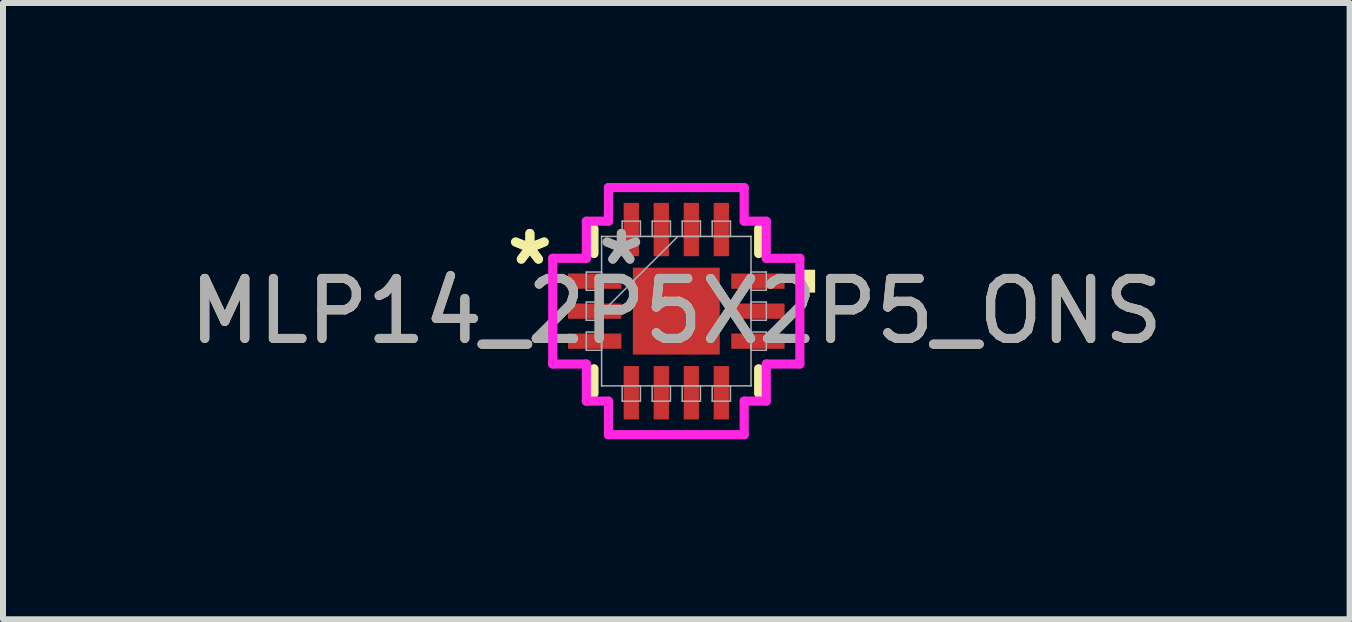
<source format=kicad_pcb>
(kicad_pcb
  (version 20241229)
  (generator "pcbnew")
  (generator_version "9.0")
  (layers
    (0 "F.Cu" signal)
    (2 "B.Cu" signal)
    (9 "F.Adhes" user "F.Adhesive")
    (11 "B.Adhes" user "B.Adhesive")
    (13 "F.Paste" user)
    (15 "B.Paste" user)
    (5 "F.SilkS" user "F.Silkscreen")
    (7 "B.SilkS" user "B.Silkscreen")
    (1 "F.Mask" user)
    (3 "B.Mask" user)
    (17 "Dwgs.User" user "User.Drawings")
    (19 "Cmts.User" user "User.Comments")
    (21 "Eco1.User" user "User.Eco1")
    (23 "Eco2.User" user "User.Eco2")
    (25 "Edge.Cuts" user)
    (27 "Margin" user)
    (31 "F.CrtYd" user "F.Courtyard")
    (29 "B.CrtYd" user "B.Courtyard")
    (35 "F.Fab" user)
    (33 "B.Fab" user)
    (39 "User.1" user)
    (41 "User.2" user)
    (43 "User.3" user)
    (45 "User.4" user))
  (footprint "MLP14_2P5X2P5_ONS"
    (layer "F.Cu")
    (at 8.22 2.135)
    (property "Reference" "MLP14_2P5X2P5_ONS" (at 0 0 0) (unlocked yes) (layer "F.SilkS") (effects (font (size 1 1) (thickness 0.15))))
    (attr smd)
    (fp_line (start -1.372 -1.372) (end -1.372 -0.96) (stroke (width 0.152) (type solid)) (layer "F.SilkS"))
    (fp_line (start -1.372 0.96) (end -1.372 1.372) (stroke (width 0.152) (type solid)) (layer "F.SilkS"))
    (fp_line (start 1.372 -0.96) (end 1.372 -1.372) (stroke (width 0.152) (type solid)) (layer "F.SilkS"))
    (fp_line (start 1.372 1.372) (end 1.372 0.96) (stroke (width 0.152) (type solid)) (layer "F.SilkS"))
    (fp_poly (pts (xy 2.313 -0.69) (xy 2.313 -0.309) (xy 2.059 -0.309) (xy 2.059 -0.69)) (stroke (width 0) (type solid)) (fill yes) (layer "F.SilkS"))
    (fp_line (start -2.059 -0.881) (end -1.499 -0.881) (stroke (width 0.152) (type solid)) (layer "F.CrtYd"))
    (fp_line (start -2.059 0.881) (end -2.059 -0.881) (stroke (width 0.152) (type solid)) (layer "F.CrtYd"))
    (fp_line (start -1.499 -1.499) (end -1.131 -1.499) (stroke (width 0.152) (type solid)) (layer "F.CrtYd"))
    (fp_line (start -1.499 -0.881) (end -1.499 -1.499) (stroke (width 0.152) (type solid)) (layer "F.CrtYd"))
    (fp_line (start -1.499 0.881) (end -2.059 0.881) (stroke (width 0.152) (type solid)) (layer "F.CrtYd"))
    (fp_line (start -1.499 1.499) (end -1.499 0.881) (stroke (width 0.152) (type solid)) (layer "F.CrtYd"))
    (fp_line (start -1.131 -2.059) (end 1.131 -2.059) (stroke (width 0.152) (type solid)) (layer "F.CrtYd"))
    (fp_line (start -1.131 -1.499) (end -1.131 -2.059) (stroke (width 0.152) (type solid)) (layer "F.CrtYd"))
    (fp_line (start -1.131 1.499) (end -1.499 1.499) (stroke (width 0.152) (type solid)) (layer "F.CrtYd"))
    (fp_line (start -1.131 2.059) (end -1.131 1.499) (stroke (width 0.152) (type solid)) (layer "F.CrtYd"))
    (fp_line (start 1.131 -2.059) (end 1.131 -1.499) (stroke (width 0.152) (type solid)) (layer "F.CrtYd"))
    (fp_line (start 1.131 -1.499) (end 1.499 -1.499) (stroke (width 0.152) (type solid)) (layer "F.CrtYd"))
    (fp_line (start 1.131 1.499) (end 1.131 2.059) (stroke (width 0.152) (type solid)) (layer "F.CrtYd"))
    (fp_line (start 1.131 2.059) (end -1.131 2.059) (stroke (width 0.152) (type solid)) (layer "F.CrtYd"))
    (fp_line (start 1.499 -1.499) (end 1.499 -0.881) (stroke (width 0.152) (type solid)) (layer "F.CrtYd"))
    (fp_line (start 1.499 -0.881) (end 2.059 -0.881) (stroke (width 0.152) (type solid)) (layer "F.CrtYd"))
    (fp_line (start 1.499 0.881) (end 1.499 1.499) (stroke (width 0.152) (type solid)) (layer "F.CrtYd"))
    (fp_line (start 1.499 1.499) (end 1.131 1.499) (stroke (width 0.152) (type solid)) (layer "F.CrtYd"))
    (fp_line (start 2.059 -0.881) (end 2.059 0.881) (stroke (width 0.152) (type solid)) (layer "F.CrtYd"))
    (fp_line (start 2.059 0.881) (end 1.499 0.881) (stroke (width 0.152) (type solid)) (layer "F.CrtYd"))
    (fp_line (start -1.5 -0.652) (end -1.5 -0.348) (stroke (width 0.025) (type solid)) (layer "F.Fab"))
    (fp_line (start -1.5 -0.348) (end -1.245 -0.348) (stroke (width 0.025) (type solid)) (layer "F.Fab"))
    (fp_line (start -1.5 -0.152) (end -1.5 0.152) (stroke (width 0.025) (type solid)) (layer "F.Fab"))
    (fp_line (start -1.5 0.152) (end -1.245 0.152) (stroke (width 0.025) (type solid)) (layer "F.Fab"))
    (fp_line (start -1.5 0.348) (end -1.5 0.652) (stroke (width 0.025) (type solid)) (layer "F.Fab"))
    (fp_line (start -1.5 0.652) (end -1.245 0.652) (stroke (width 0.025) (type solid)) (layer "F.Fab"))
    (fp_line (start -1.245 -1.245) (end -1.245 -1.245) (stroke (width 0.025) (type solid)) (layer "F.Fab"))
    (fp_line (start -1.245 -1.245) (end -1.245 1.245) (stroke (width 0.025) (type solid)) (layer "F.Fab"))
    (fp_line (start -1.245 -0.652) (end -1.5 -0.652) (stroke (width 0.025) (type solid)) (layer "F.Fab"))
    (fp_line (start -1.245 -0.348) (end -1.245 -0.652) (stroke (width 0.025) (type solid)) (layer "F.Fab"))
    (fp_line (start -1.245 -0.152) (end -1.5 -0.152) (stroke (width 0.025) (type solid)) (layer "F.Fab"))
    (fp_line (start -1.245 0.025) (end 0.025 -1.245) (stroke (width 0.025) (type solid)) (layer "F.Fab"))
    (fp_line (start -1.245 0.152) (end -1.245 -0.152) (stroke (width 0.025) (type solid)) (layer "F.Fab"))
    (fp_line (start -1.245 0.348) (end -1.5 0.348) (stroke (width 0.025) (type solid)) (layer "F.Fab"))
    (fp_line (start -1.245 0.652) (end -1.245 0.348) (stroke (width 0.025) (type solid)) (layer "F.Fab"))
    (fp_line (start -1.245 1.245) (end -1.245 1.245) (stroke (width 0.025) (type solid)) (layer "F.Fab"))
    (fp_line (start -1.245 1.245) (end 1.245 1.245) (stroke (width 0.025) (type solid)) (layer "F.Fab"))
    (fp_line (start -0.902 -1.5) (end -0.902 -1.245) (stroke (width 0.025) (type solid)) (layer "F.Fab"))
    (fp_line (start -0.902 -1.245) (end -0.598 -1.245) (stroke (width 0.025) (type solid)) (layer "F.Fab"))
    (fp_line (start -0.902 1.245) (end -0.902 1.5) (stroke (width 0.025) (type solid)) (layer "F.Fab"))
    (fp_line (start -0.902 1.5) (end -0.598 1.5) (stroke (width 0.025) (type solid)) (layer "F.Fab"))
    (fp_line (start -0.598 -1.5) (end -0.902 -1.5) (stroke (width 0.025) (type solid)) (layer "F.Fab"))
    (fp_line (start -0.598 -1.245) (end -0.598 -1.5) (stroke (width 0.025) (type solid)) (layer "F.Fab"))
    (fp_line (start -0.598 1.245) (end -0.902 1.245) (stroke (width 0.025) (type solid)) (layer "F.Fab"))
    (fp_line (start -0.598 1.5) (end -0.598 1.245) (stroke (width 0.025) (type solid)) (layer "F.Fab"))
    (fp_line (start -0.402 -1.5) (end -0.402 -1.245) (stroke (width 0.025) (type solid)) (layer "F.Fab"))
    (fp_line (start -0.402 -1.245) (end -0.098 -1.245) (stroke (width 0.025) (type solid)) (layer "F.Fab"))
    (fp_line (start -0.402 1.245) (end -0.402 1.5) (stroke (width 0.025) (type solid)) (layer "F.Fab"))
    (fp_line (start -0.402 1.5) (end -0.098 1.5) (stroke (width 0.025) (type solid)) (layer "F.Fab"))
    (fp_line (start -0.098 -1.5) (end -0.402 -1.5) (stroke (width 0.025) (type solid)) (layer "F.Fab"))
    (fp_line (start -0.098 -1.245) (end -0.098 -1.5) (stroke (width 0.025) (type solid)) (layer "F.Fab"))
    (fp_line (start -0.098 1.245) (end -0.402 1.245) (stroke (width 0.025) (type solid)) (layer "F.Fab"))
    (fp_line (start -0.098 1.5) (end -0.098 1.245) (stroke (width 0.025) (type solid)) (layer "F.Fab"))
    (fp_line (start 0.098 -1.5) (end 0.098 -1.245) (stroke (width 0.025) (type solid)) (layer "F.Fab"))
    (fp_line (start 0.098 -1.245) (end 0.402 -1.245) (stroke (width 0.025) (type solid)) (layer "F.Fab"))
    (fp_line (start 0.098 1.245) (end 0.098 1.5) (stroke (width 0.025) (type solid)) (layer "F.Fab"))
    (fp_line (start 0.098 1.5) (end 0.402 1.5) (stroke (width 0.025) (type solid)) (layer "F.Fab"))
    (fp_line (start 0.402 -1.5) (end 0.098 -1.5) (stroke (width 0.025) (type solid)) (layer "F.Fab"))
    (fp_line (start 0.402 -1.245) (end 0.402 -1.5) (stroke (width 0.025) (type solid)) (layer "F.Fab"))
    (fp_line (start 0.402 1.245) (end 0.098 1.245) (stroke (width 0.025) (type solid)) (layer "F.Fab"))
    (fp_line (start 0.402 1.5) (end 0.402 1.245) (stroke (width 0.025) (type solid)) (layer "F.Fab"))
    (fp_line (start 0.598 -1.5) (end 0.598 -1.245) (stroke (width 0.025) (type solid)) (layer "F.Fab"))
    (fp_line (start 0.598 -1.245) (end 0.902 -1.245) (stroke (width 0.025) (type solid)) (layer "F.Fab"))
    (fp_line (start 0.598 1.245) (end 0.598 1.5) (stroke (width 0.025) (type solid)) (layer "F.Fab"))
    (fp_line (start 0.598 1.5) (end 0.902 1.5) (stroke (width 0.025) (type solid)) (layer "F.Fab"))
    (fp_line (start 0.902 -1.5) (end 0.598 -1.5) (stroke (width 0.025) (type solid)) (layer "F.Fab"))
    (fp_line (start 0.902 -1.245) (end 0.902 -1.5) (stroke (width 0.025) (type solid)) (layer "F.Fab"))
    (fp_line (start 0.902 1.245) (end 0.598 1.245) (stroke (width 0.025) (type solid)) (layer "F.Fab"))
    (fp_line (start 0.902 1.5) (end 0.902 1.245) (stroke (width 0.025) (type solid)) (layer "F.Fab"))
    (fp_line (start 1.245 -1.245) (end -1.245 -1.245) (stroke (width 0.025) (type solid)) (layer "F.Fab"))
    (fp_line (start 1.245 -1.245) (end 1.245 -1.245) (stroke (width 0.025) (type solid)) (layer "F.Fab"))
    (fp_line (start 1.245 -0.652) (end 1.245 -0.348) (stroke (width 0.025) (type solid)) (layer "F.Fab"))
    (fp_line (start 1.245 -0.348) (end 1.5 -0.348) (stroke (width 0.025) (type solid)) (layer "F.Fab"))
    (fp_line (start 1.245 -0.152) (end 1.245 0.152) (stroke (width 0.025) (type solid)) (layer "F.Fab"))
    (fp_line (start 1.245 0.152) (end 1.5 0.152) (stroke (width 0.025) (type solid)) (layer "F.Fab"))
    (fp_line (start 1.245 0.348) (end 1.245 0.652) (stroke (width 0.025) (type solid)) (layer "F.Fab"))
    (fp_line (start 1.245 0.652) (end 1.5 0.652) (stroke (width 0.025) (type solid)) (layer "F.Fab"))
    (fp_line (start 1.245 1.245) (end 1.245 -1.245) (stroke (width 0.025) (type solid)) (layer "F.Fab"))
    (fp_line (start 1.245 1.245) (end 1.245 1.245) (stroke (width 0.025) (type solid)) (layer "F.Fab"))
    (fp_line (start 1.5 -0.652) (end 1.245 -0.652) (stroke (width 0.025) (type solid)) (layer "F.Fab"))
    (fp_line (start 1.5 -0.348) (end 1.5 -0.652) (stroke (width 0.025) (type solid)) (layer "F.Fab"))
    (fp_line (start 1.5 -0.152) (end 1.245 -0.152) (stroke (width 0.025) (type solid)) (layer "F.Fab"))
    (fp_line (start 1.5 0.152) (end 1.5 -0.152) (stroke (width 0.025) (type solid)) (layer "F.Fab"))
    (fp_line (start 1.5 0.348) (end 1.245 0.348) (stroke (width 0.025) (type solid)) (layer "F.Fab"))
    (fp_line (start 1.5 0.652) (end 1.5 0.348) (stroke (width 0.025) (type solid)) (layer "F.Fab"))
    (fp_text user "*" (at -2.44 -0.75 0) (layer "F.SilkS") (effects (font (size 1 1) (thickness 0.15))))
    (fp_text user "*" (at -2.44 -0.75 0) (unlocked yes) (layer "F.SilkS") (effects (font (size 1 1) (thickness 0.15))))
    (fp_text user "*" (at -0.916 -0.75 0) (layer "F.Fab") (effects (font (size 1 1) (thickness 0.15))))
    (fp_text user "${REFERENCE}" (at 0 0 0) (unlocked yes) (layer "F.Fab") (effects (font (size 1 1) (thickness 0.15))))
    (fp_text user "*" (at -0.916 -0.75 0) (unlocked yes) (layer "F.Fab") (effects (font (size 1 1) (thickness 0.15))))
    (pad "1" smd rect (at -1.36 -0.5 90) (size 0.254 0.889) (layers "F.Cu" "F.Mask" "F.Paste"))
    (pad "2" smd rect (at -1.36 0 90) (size 0.254 0.889) (layers "F.Cu" "F.Mask" "F.Paste"))
    (pad "3" smd rect (at -1.36 0.5 90) (size 0.254 0.889) (layers "F.Cu" "F.Mask" "F.Paste"))
    (pad "4" smd rect (at -0.75 1.36) (size 0.254 0.889) (layers "F.Cu" "F.Mask" "F.Paste"))
    (pad "5" smd rect (at -0.25 1.36) (size 0.254 0.889) (layers "F.Cu" "F.Mask" "F.Paste"))
    (pad "6" smd rect (at 0.25 1.36) (size 0.254 0.889) (layers "F.Cu" "F.Mask" "F.Paste"))
    (pad "7" smd rect (at 0.75 1.36) (size 0.254 0.889) (layers "F.Cu" "F.Mask" "F.Paste"))
    (pad "8" smd rect (at 1.36 0.5 90) (size 0.254 0.889) (layers "F.Cu" "F.Mask" "F.Paste"))
    (pad "9" smd rect (at 1.36 0 90) (size 0.254 0.889) (layers "F.Cu" "F.Mask" "F.Paste"))
    (pad "10" smd rect (at 1.36 -0.5 90) (size 0.254 0.889) (layers "F.Cu" "F.Mask" "F.Paste"))
    (pad "11" smd rect (at 0.75 -1.36) (size 0.254 0.889) (layers "F.Cu" "F.Mask" "F.Paste"))
    (pad "12" smd rect (at 0.25 -1.36) (size 0.254 0.889) (layers "F.Cu" "F.Mask" "F.Paste"))
    (pad "13" smd rect (at -0.25 -1.36) (size 0.254 0.889) (layers "F.Cu" "F.Mask" "F.Paste"))
    (pad "14" smd rect (at -0.75 -1.36) (size 0.254 0.889) (layers "F.Cu" "F.Mask" "F.Paste"))
    (pad "15" smd rect (at 0 0) (size 1.448 1.448) (layers "F.Cu" "F.Mask" "F.Paste")))
  (gr_rect
    (start -3 -3)
    (end 19.44 7.27)
    (stroke (width 0.1) (type default))
    (fill no)
    (layer "Edge.Cuts")))
</source>
